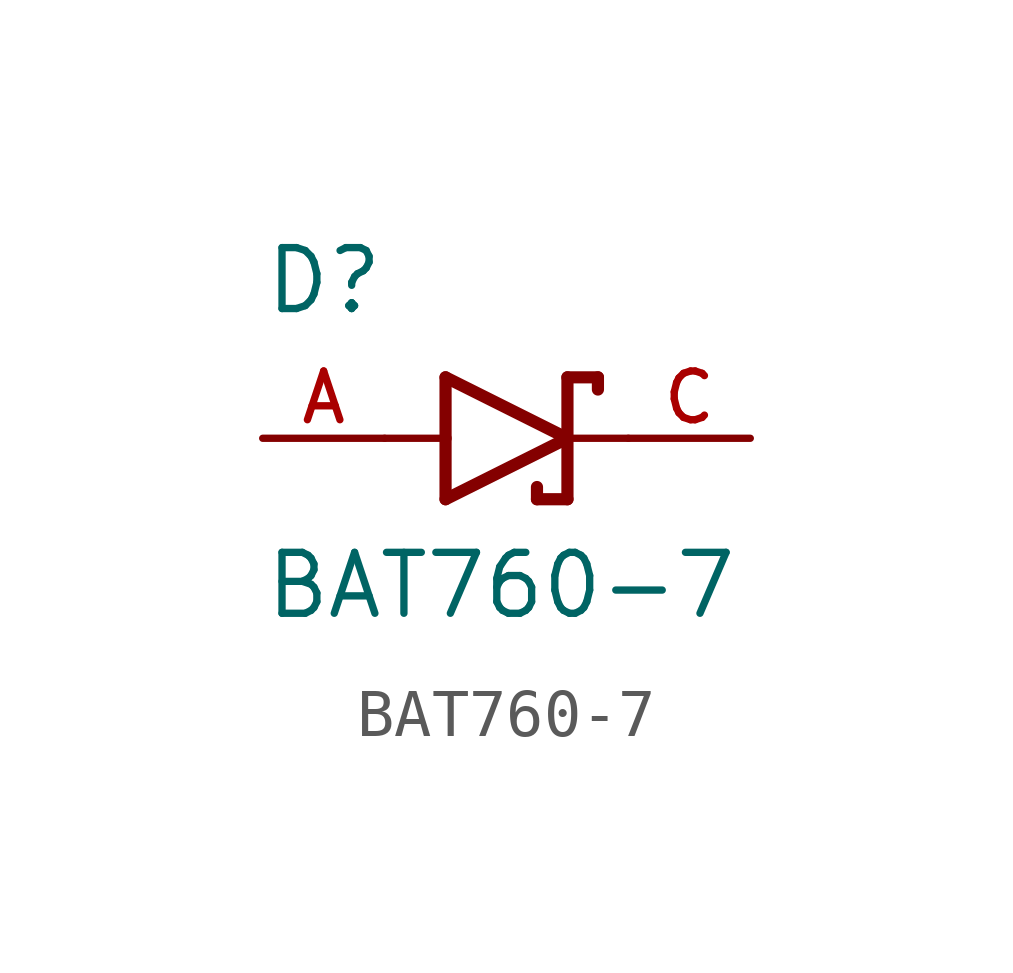
<source format=kicad_sym>
(kicad_symbol_lib
  (version 20211014)
  (generator kicad_symbol_editor)
  (symbol "BAT760-7"
    (pin_names
      (offset 1.016))
    (property "Reference" "D"
      (at -5.08 2.54 0)
      (effects (font (size 1.27 1.27)) (justify bottom left)))
    (property "Value" "BAT760-7"
      (at -5.08 -3.81 0)
      (effects (font (size 1.27 1.27)) (justify bottom left)))
    (symbol "BAT760-7_0_0"
      (polyline (pts (xy -1.27 -1.27) (xy 1.27 0.0)) (stroke (width 0.254)))
      (polyline (pts (xy 1.27 0.0) (xy -1.27 1.27)) (stroke (width 0.254)))
      (polyline (pts (xy 1.905 1.27) (xy 1.27 1.27)) (stroke (width 0.254)))
      (polyline (pts (xy 1.27 1.27) (xy 1.27 0.0)) (stroke (width 0.254)))
      (polyline (pts (xy -1.27 1.27) (xy -1.27 0.0)) (stroke (width 0.254)))
      (polyline (pts (xy -1.27 0.0) (xy -1.27 -1.27)) (stroke (width 0.254)))
      (polyline (pts (xy 1.27 0.0) (xy 1.27 -1.27)) (stroke (width 0.254)))
      (polyline (pts (xy 1.905 1.27) (xy 1.905 1.016)) (stroke (width 0.254)))
      (polyline (pts (xy 1.27 -1.27) (xy 0.635 -1.27)) (stroke (width 0.254)))
      (polyline (pts (xy 0.635 -1.016) (xy 0.635 -1.27)) (stroke (width 0.254)))
      (polyline (pts (xy -2.54 0.0) (xy -1.27 0.0)) (stroke (width 0.152)))
      (polyline (pts (xy 2.54 0.0) (xy 1.27 0.0)) (stroke (width 0.152)))
      (pin passive line (at 5.08 0.0 180.0) (length 2.54) (name "~" (effects (font (size 1.016 1.016)))) (number "C" (effects (font (size 1.016 1.016)))))
      (pin passive line (at -5.08 0.0 0) (length 2.54) (name "~" (effects (font (size 1.016 1.016)))) (number "A" (effects (font (size 1.016 1.016))))))))
</source>
